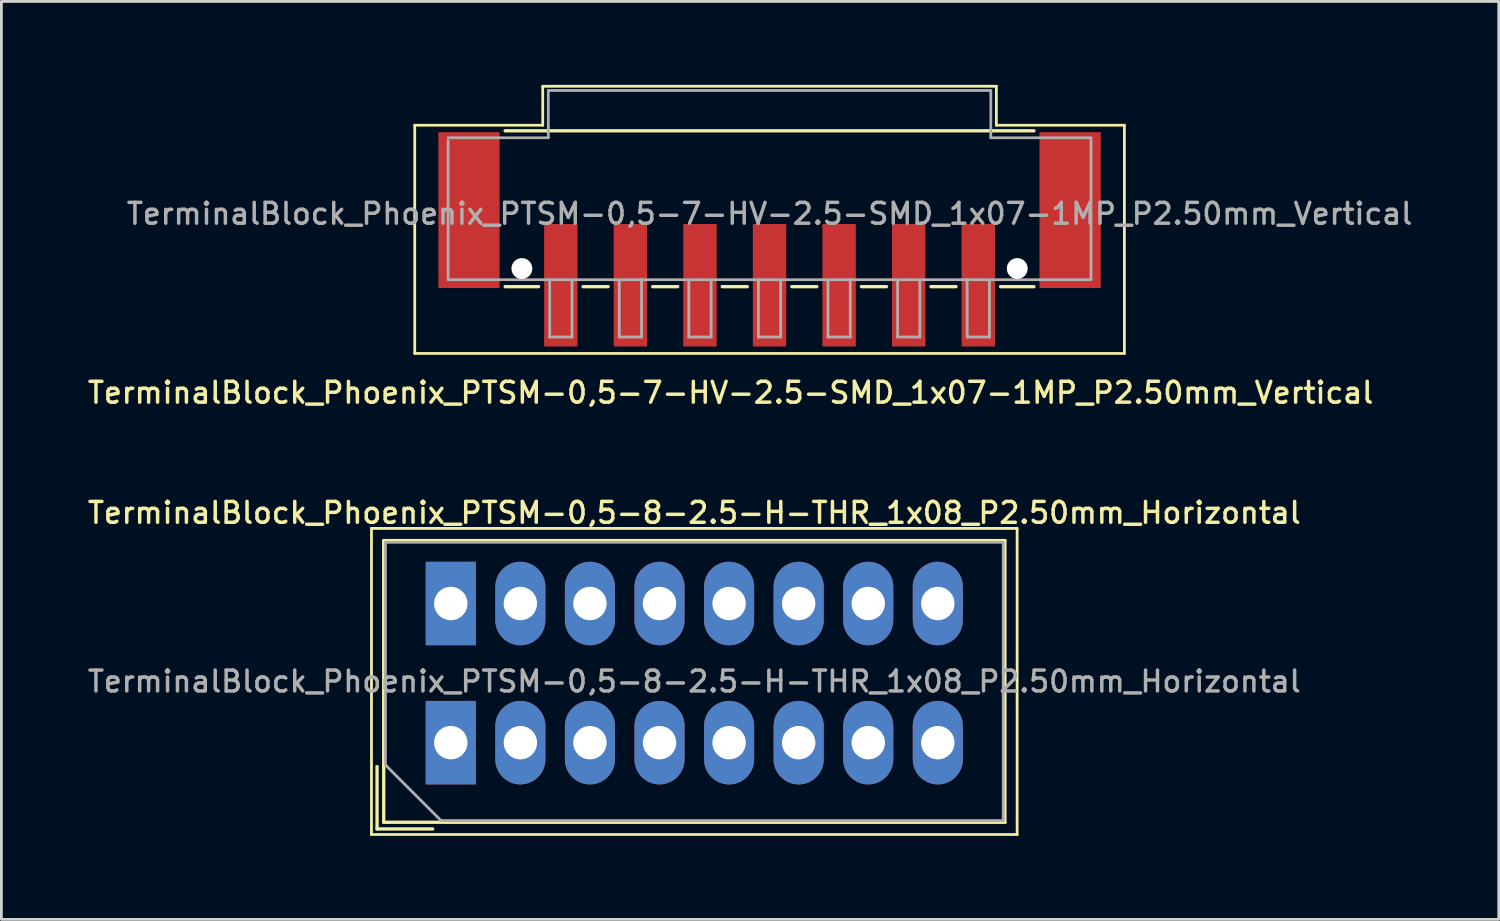
<source format=kicad_pcb>
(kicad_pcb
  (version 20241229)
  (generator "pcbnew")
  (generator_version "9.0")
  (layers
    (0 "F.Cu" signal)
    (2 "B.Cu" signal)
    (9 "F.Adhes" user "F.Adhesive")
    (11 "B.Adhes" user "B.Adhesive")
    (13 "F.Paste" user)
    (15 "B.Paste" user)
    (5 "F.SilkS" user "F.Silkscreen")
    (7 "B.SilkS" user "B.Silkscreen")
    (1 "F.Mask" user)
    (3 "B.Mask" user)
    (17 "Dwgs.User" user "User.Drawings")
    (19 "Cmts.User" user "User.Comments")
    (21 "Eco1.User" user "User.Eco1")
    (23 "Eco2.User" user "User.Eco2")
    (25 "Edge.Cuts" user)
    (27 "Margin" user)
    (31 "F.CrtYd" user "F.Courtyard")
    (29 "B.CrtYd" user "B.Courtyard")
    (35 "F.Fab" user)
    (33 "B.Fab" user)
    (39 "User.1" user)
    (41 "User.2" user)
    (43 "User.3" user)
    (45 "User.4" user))
  (footprint "TerminalBlock_Phoenix_PTSM-0,5-8-2.5-H-THR_1x08_P2.50mm_Horizontal"
    (layer "F.Cu")
    (at 13.148 23.636)
    (property "Reference" "TerminalBlock_Phoenix_PTSM-0,5-8-2.5-H-THR_1x08_P2.50mm_Horizontal" (at 8.75 -8.26 0) (layer "F.SilkS") (effects (font (size 0.75 0.75) (thickness 0.125))))
    (attr through_hole)
    (fp_line (start -2.85 -7.7) (end -2.85 3.3) (stroke (width 0.1) (type solid)) (layer "F.SilkS"))
    (fp_line (start -2.85 3.3) (end 20.35 3.3) (stroke (width 0.1) (type solid)) (layer "F.SilkS"))
    (fp_line (start -2.65 0.86) (end -2.65 3.1) (stroke (width 0.12) (type solid)) (layer "F.SilkS"))
    (fp_line (start -2.65 3.1) (end -0.65 3.1) (stroke (width 0.12) (type solid)) (layer "F.SilkS"))
    (fp_line (start -2.41 -7.26) (end -2.41 2.86) (stroke (width 0.12) (type solid)) (layer "F.SilkS"))
    (fp_line (start -2.41 -7.26) (end 19.91 -7.26) (stroke (width 0.12) (type solid)) (layer "F.SilkS"))
    (fp_line (start -2.41 2.86) (end 19.91 2.86) (stroke (width 0.12) (type solid)) (layer "F.SilkS"))
    (fp_line (start 19.91 -7.26) (end 19.91 2.86) (stroke (width 0.12) (type solid)) (layer "F.SilkS"))
    (fp_line (start 20.35 -7.7) (end -2.85 -7.7) (stroke (width 0.1) (type solid)) (layer "F.SilkS"))
    (fp_line (start 20.35 3.3) (end 20.35 -7.7) (stroke (width 0.1) (type solid)) (layer "F.SilkS"))
    (fp_line (start -2.35 -7.2) (end 19.85 -7.2) (stroke (width 0.1) (type solid)) (layer "F.Fab"))
    (fp_line (start -2.35 0.8) (end -2.35 -7.2) (stroke (width 0.1) (type solid)) (layer "F.Fab"))
    (fp_line (start -0.35 2.8) (end -2.35 0.8) (stroke (width 0.1) (type solid)) (layer "F.Fab"))
    (fp_line (start 19.85 -7.2) (end 19.85 2.8) (stroke (width 0.1) (type solid)) (layer "F.Fab"))
    (fp_line (start 19.85 2.8) (end -0.35 2.8) (stroke (width 0.1) (type solid)) (layer "F.Fab"))
    (fp_text user "${REFERENCE}" (at 8.75 -2.2 0) (layer "F.Fab") (effects (font (size 0.75 0.75) (thickness 0.125))))
    (pad "1" thru_hole rect (at 0 -5) (size 1.8 3) (drill 1.2) (layers "*.Cu" "*.Mask"))
    (pad "1" thru_hole rect (at 0 0) (size 1.8 3) (drill 1.2) (layers "*.Cu" "*.Mask"))
    (pad "2" thru_hole oval (at 2.5 -5) (size 1.8 3) (drill 1.2) (layers "*.Cu" "*.Mask"))
    (pad "2" thru_hole oval (at 2.5 0) (size 1.8 3) (drill 1.2) (layers "*.Cu" "*.Mask"))
    (pad "3" thru_hole oval (at 5 -5) (size 1.8 3) (drill 1.2) (layers "*.Cu" "*.Mask"))
    (pad "3" thru_hole oval (at 5 0) (size 1.8 3) (drill 1.2) (layers "*.Cu" "*.Mask"))
    (pad "4" thru_hole oval (at 7.5 -5) (size 1.8 3) (drill 1.2) (layers "*.Cu" "*.Mask"))
    (pad "4" thru_hole oval (at 7.5 0) (size 1.8 3) (drill 1.2) (layers "*.Cu" "*.Mask"))
    (pad "5" thru_hole oval (at 10 -5) (size 1.8 3) (drill 1.2) (layers "*.Cu" "*.Mask"))
    (pad "5" thru_hole oval (at 10 0) (size 1.8 3) (drill 1.2) (layers "*.Cu" "*.Mask"))
    (pad "6" thru_hole oval (at 12.5 -5) (size 1.8 3) (drill 1.2) (layers "*.Cu" "*.Mask"))
    (pad "6" thru_hole oval (at 12.5 0) (size 1.8 3) (drill 1.2) (layers "*.Cu" "*.Mask"))
    (pad "7" thru_hole oval (at 15 -5) (size 1.8 3) (drill 1.2) (layers "*.Cu" "*.Mask"))
    (pad "7" thru_hole oval (at 15 0) (size 1.8 3) (drill 1.2) (layers "*.Cu" "*.Mask"))
    (pad "8" thru_hole oval (at 17.5 -5) (size 1.8 3) (drill 1.2) (layers "*.Cu" "*.Mask"))
    (pad "8" thru_hole oval (at 17.5 0) (size 1.8 3) (drill 1.2) (layers "*.Cu" "*.Mask")))
  (footprint "TerminalBlock_Phoenix_PTSM-0,5-7-HV-2.5-SMD_1x07-1MP_P2.50mm_Vertical"
    (layer "F.Cu")
    (at 24.602 5.55)
    (property "Reference" "TerminalBlock_Phoenix_PTSM-0,5-7-HV-2.5-SMD_1x07-1MP_P2.50mm_Vertical" (at -1.4 5.51 0) (layer "F.SilkS") (effects (font (size 0.75 0.75) (thickness 0.125))))
    (attr smd)
    (fp_line (start -12.75 -4.1) (end -8.15 -4.1) (stroke (width 0.1) (type solid)) (layer "F.SilkS"))
    (fp_line (start -12.75 4.1) (end -12.75 -4.1) (stroke (width 0.1) (type solid)) (layer "F.SilkS"))
    (fp_line (start -9.5 -3.9) (end 9.5 -3.9) (stroke (width 0.12) (type solid)) (layer "F.SilkS"))
    (fp_line (start -8.3 1.7) (end -9.5 1.7) (stroke (width 0.12) (type solid)) (layer "F.SilkS"))
    (fp_line (start -8.15 -5.5) (end 8.15 -5.5) (stroke (width 0.1) (type solid)) (layer "F.SilkS"))
    (fp_line (start -8.15 -4.1) (end -8.15 -5.5) (stroke (width 0.1) (type solid)) (layer "F.SilkS"))
    (fp_line (start -5.8 1.7) (end -6.7 1.7) (stroke (width 0.12) (type solid)) (layer "F.SilkS"))
    (fp_line (start -3.3 1.7) (end -4.2 1.7) (stroke (width 0.12) (type solid)) (layer "F.SilkS"))
    (fp_line (start -0.8 1.7) (end -1.7 1.7) (stroke (width 0.12) (type solid)) (layer "F.SilkS"))
    (fp_line (start 1.7 1.7) (end 0.8 1.7) (stroke (width 0.12) (type solid)) (layer "F.SilkS"))
    (fp_line (start 4.2 1.7) (end 3.3 1.7) (stroke (width 0.12) (type solid)) (layer "F.SilkS"))
    (fp_line (start 6.7 1.7) (end 5.8 1.7) (stroke (width 0.12) (type solid)) (layer "F.SilkS"))
    (fp_line (start 8.15 -4.1) (end 8.15 -5.5) (stroke (width 0.1) (type solid)) (layer "F.SilkS"))
    (fp_line (start 9.5 1.7) (end 8.3 1.7) (stroke (width 0.12) (type solid)) (layer "F.SilkS"))
    (fp_line (start 12.75 -4.1) (end 8.15 -4.1) (stroke (width 0.1) (type solid)) (layer "F.SilkS"))
    (fp_line (start 12.75 -4.1) (end 12.75 4.1) (stroke (width 0.1) (type solid)) (layer "F.SilkS"))
    (fp_line (start 12.75 4.1) (end -12.75 4.1) (stroke (width 0.1) (type solid)) (layer "F.SilkS"))
    (fp_line (start -11.55 -3.65) (end -7.95 -3.65) (stroke (width 0.1) (type solid)) (layer "F.Fab"))
    (fp_line (start -11.55 1.45) (end -11.55 -3.55) (stroke (width 0.1) (type solid)) (layer "F.Fab"))
    (fp_line (start -7.95 -5.35) (end 7.95 -5.35) (stroke (width 0.1) (type solid)) (layer "F.Fab"))
    (fp_line (start -7.95 -3.65) (end -7.95 -5.35) (stroke (width 0.1) (type solid)) (layer "F.Fab"))
    (fp_line (start -7.9 1.45) (end -7.9 3.51) (stroke (width 0.1) (type solid)) (layer "F.Fab"))
    (fp_line (start -7.9 3.51) (end -7.1 3.51) (stroke (width 0.1) (type solid)) (layer "F.Fab"))
    (fp_line (start -7.1 1.45) (end -7.1 3.51) (stroke (width 0.1) (type solid)) (layer "F.Fab"))
    (fp_line (start -5.4 1.45) (end -5.4 3.51) (stroke (width 0.1) (type solid)) (layer "F.Fab"))
    (fp_line (start -5.4 3.51) (end -4.6 3.51) (stroke (width 0.1) (type solid)) (layer "F.Fab"))
    (fp_line (start -4.6 1.45) (end -4.6 3.51) (stroke (width 0.1) (type solid)) (layer "F.Fab"))
    (fp_line (start -2.9 1.45) (end -2.9 3.51) (stroke (width 0.1) (type solid)) (layer "F.Fab"))
    (fp_line (start -2.9 3.51) (end -2.1 3.51) (stroke (width 0.1) (type solid)) (layer "F.Fab"))
    (fp_line (start -2.1 1.45) (end -2.1 3.51) (stroke (width 0.1) (type solid)) (layer "F.Fab"))
    (fp_line (start -0.4 1.45) (end -0.4 3.51) (stroke (width 0.1) (type solid)) (layer "F.Fab"))
    (fp_line (start -0.4 3.51) (end 0.4 3.51) (stroke (width 0.1) (type solid)) (layer "F.Fab"))
    (fp_line (start 0.4 1.45) (end 0.4 3.51) (stroke (width 0.1) (type solid)) (layer "F.Fab"))
    (fp_line (start 2.1 1.45) (end 2.1 3.51) (stroke (width 0.1) (type solid)) (layer "F.Fab"))
    (fp_line (start 2.1 3.51) (end 2.9 3.51) (stroke (width 0.1) (type solid)) (layer "F.Fab"))
    (fp_line (start 2.9 1.45) (end 2.9 3.51) (stroke (width 0.1) (type solid)) (layer "F.Fab"))
    (fp_line (start 4.6 1.45) (end 4.6 3.51) (stroke (width 0.1) (type solid)) (layer "F.Fab"))
    (fp_line (start 4.6 3.51) (end 5.4 3.51) (stroke (width 0.1) (type solid)) (layer "F.Fab"))
    (fp_line (start 5.4 1.45) (end 5.4 3.51) (stroke (width 0.1) (type solid)) (layer "F.Fab"))
    (fp_line (start 7.1 1.45) (end 7.1 3.51) (stroke (width 0.1) (type solid)) (layer "F.Fab"))
    (fp_line (start 7.1 3.51) (end 7.9 3.51) (stroke (width 0.1) (type solid)) (layer "F.Fab"))
    (fp_line (start 7.9 1.45) (end 7.9 3.51) (stroke (width 0.1) (type solid)) (layer "F.Fab"))
    (fp_line (start 7.95 -5.35) (end 7.95 -3.65) (stroke (width 0.1) (type solid)) (layer "F.Fab"))
    (fp_line (start 7.95 -3.65) (end 11.55 -3.65) (stroke (width 0.1) (type solid)) (layer "F.Fab"))
    (fp_line (start 11.55 1.45) (end -11.55 1.45) (stroke (width 0.1) (type solid)) (layer "F.Fab"))
    (fp_line (start 11.55 1.45) (end 11.55 -3.6) (stroke (width 0.1) (type solid)) (layer "F.Fab"))
    (fp_text user "${REFERENCE}" (at 0 -0.92 0) (layer "F.Fab") (effects (font (size 0.75 0.75) (thickness 0.125))))
    (pad "" np_thru_hole circle (at -8.9 1.05) (size 0.75 0.75) (drill 1) (layers "*.Cu" "*.Mask"))
    (pad "" np_thru_hole circle (at 8.9 1.05) (size 0.75 0.75) (drill 1) (layers "*.Cu" "*.Mask"))
    (pad "1" smd rect (at -7.5 1.65 180) (size 1.2 4.4) (layers "F.Cu" "F.Mask" "F.Paste"))
    (pad "2" smd rect (at -5 1.65 180) (size 1.2 4.4) (layers "F.Cu" "F.Mask" "F.Paste"))
    (pad "3" smd rect (at -2.5 1.65 180) (size 1.2 4.4) (layers "F.Cu" "F.Mask" "F.Paste"))
    (pad "4" smd rect (at 0 1.65 180) (size 1.2 4.4) (layers "F.Cu" "F.Mask" "F.Paste"))
    (pad "5" smd rect (at 2.5 1.65 180) (size 1.2 4.4) (layers "F.Cu" "F.Mask" "F.Paste"))
    (pad "6" smd rect (at 5 1.65 180) (size 1.2 4.4) (layers "F.Cu" "F.Mask" "F.Paste"))
    (pad "7" smd rect (at 7.5 1.65 180) (size 1.2 4.4) (layers "F.Cu" "F.Mask" "F.Paste"))
    (pad "MP" smd rect (at -10.8 -1.05 180) (size 2.2 5.6) (layers "F.Cu" "F.Mask" "F.Paste"))
    (pad "MP" smd rect (at 10.8 -1.05 180) (size 2.2 5.6) (layers "F.Cu" "F.Mask" "F.Paste")))
  (gr_rect
    (start -3 -3)
    (end 50.804 29.986)
    (stroke (width 0.1) (type default))
    (fill no)
    (layer "Edge.Cuts")))
</source>
